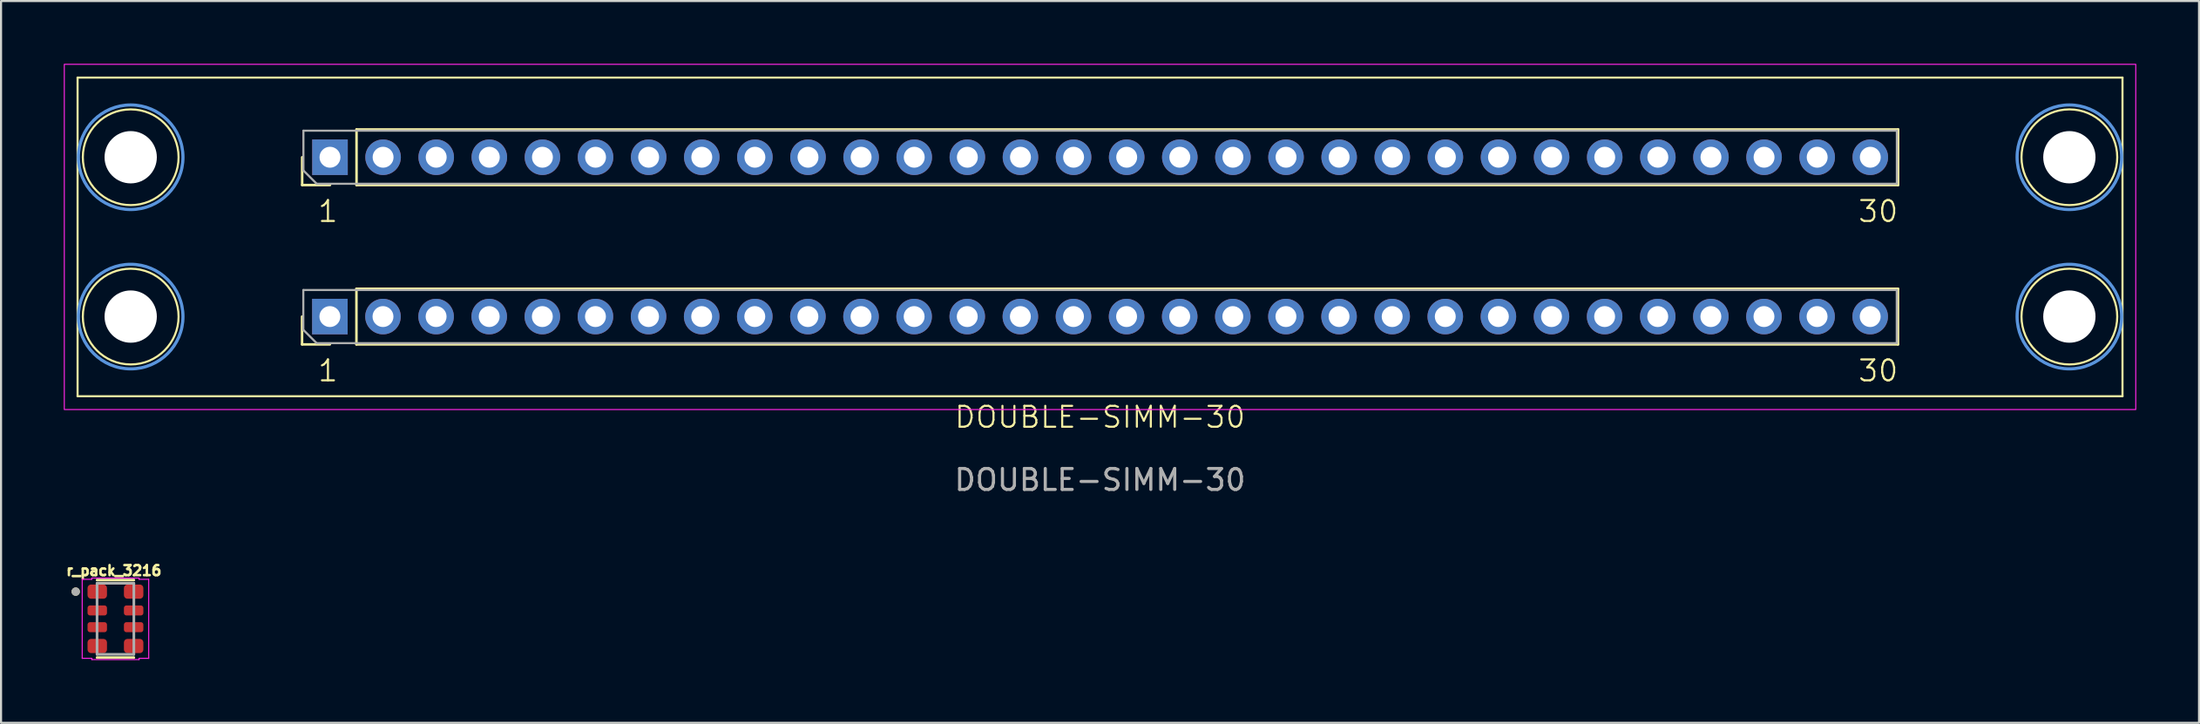
<source format=kicad_pcb>
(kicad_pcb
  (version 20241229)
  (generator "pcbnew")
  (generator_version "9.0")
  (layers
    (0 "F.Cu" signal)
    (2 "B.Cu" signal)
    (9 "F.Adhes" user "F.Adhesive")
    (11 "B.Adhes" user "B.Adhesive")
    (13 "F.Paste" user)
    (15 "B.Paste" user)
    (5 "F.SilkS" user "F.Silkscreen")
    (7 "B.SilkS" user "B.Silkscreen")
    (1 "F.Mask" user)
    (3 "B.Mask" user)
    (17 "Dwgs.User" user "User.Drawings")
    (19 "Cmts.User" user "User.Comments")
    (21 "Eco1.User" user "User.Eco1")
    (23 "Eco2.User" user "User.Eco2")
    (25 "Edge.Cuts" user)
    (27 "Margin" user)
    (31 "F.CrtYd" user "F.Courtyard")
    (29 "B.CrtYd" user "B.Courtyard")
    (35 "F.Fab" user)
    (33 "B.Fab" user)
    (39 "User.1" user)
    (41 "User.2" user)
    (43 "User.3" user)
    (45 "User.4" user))
  (footprint "r_pack_3216"
    (layer "F.Cu")
    (at 2.471 26.544)
    (property "Reference" "r_pack_3216" (at -0.076 -2.305 0) (layer "F.SilkS") (effects (font (size 0.48 0.48) (thickness 0.15))))
    (attr smd)
    (fp_line (start -0.88 -1.854) (end 0.88 -1.854) (stroke (width 0.127) (type solid)) (layer "F.SilkS"))
    (fp_line (start -0.88 1.854) (end 0.88 1.854) (stroke (width 0.127) (type solid)) (layer "F.SilkS"))
    (fp_circle (center -1.9 -1.3) (end -1.8 -1.3) (stroke (width 0.2) (type solid)) (fill no) (layer "F.SilkS"))
    (fp_line (start -1.59 -1.89) (end -1.13 -1.89) (stroke (width 0.05) (type solid)) (layer "F.CrtYd"))
    (fp_line (start -1.59 1.89) (end -1.59 -1.89) (stroke (width 0.05) (type solid)) (layer "F.CrtYd"))
    (fp_line (start -1.13 -1.95) (end 1.13 -1.95) (stroke (width 0.05) (type solid)) (layer "F.CrtYd"))
    (fp_line (start -1.13 -1.89) (end -1.13 -1.95) (stroke (width 0.05) (type solid)) (layer "F.CrtYd"))
    (fp_line (start -1.13 1.89) (end -1.59 1.89) (stroke (width 0.05) (type solid)) (layer "F.CrtYd"))
    (fp_line (start -1.13 1.95) (end -1.13 1.89) (stroke (width 0.05) (type solid)) (layer "F.CrtYd"))
    (fp_line (start 1.13 -1.95) (end 1.13 -1.89) (stroke (width 0.05) (type solid)) (layer "F.CrtYd"))
    (fp_line (start 1.13 -1.89) (end 1.59 -1.89) (stroke (width 0.05) (type solid)) (layer "F.CrtYd"))
    (fp_line (start 1.13 1.89) (end 1.13 1.95) (stroke (width 0.05) (type solid)) (layer "F.CrtYd"))
    (fp_line (start 1.13 1.95) (end -1.13 1.95) (stroke (width 0.05) (type solid)) (layer "F.CrtYd"))
    (fp_line (start 1.59 -1.89) (end 1.59 1.89) (stroke (width 0.05) (type solid)) (layer "F.CrtYd"))
    (fp_line (start 1.59 1.89) (end 1.13 1.89) (stroke (width 0.05) (type solid)) (layer "F.CrtYd"))
    (fp_line (start -0.88 -1.7) (end 0.88 -1.7) (stroke (width 0.127) (type solid)) (layer "F.Fab"))
    (fp_line (start -0.88 1.7) (end -0.88 -1.7) (stroke (width 0.127) (type solid)) (layer "F.Fab"))
    (fp_line (start 0.88 -1.7) (end 0.88 1.7) (stroke (width 0.127) (type solid)) (layer "F.Fab"))
    (fp_line (start 0.88 1.7) (end -0.88 1.7) (stroke (width 0.127) (type solid)) (layer "F.Fab"))
    (fp_circle (center -1.9 -1.3) (end -1.8 -1.3) (stroke (width 0.2) (type solid)) (fill no) (layer "F.Fab"))
    (pad "1" smd roundrect (at -0.87 -1.3) (size 0.93 0.68) (layers "F.Cu" "F.Mask" "F.Paste") (roundrect_rratio 0.25))
    (pad "2" smd roundrect (at -0.87 -0.4) (size 0.93 0.48) (layers "F.Cu" "F.Mask" "F.Paste") (roundrect_rratio 0.25))
    (pad "3" smd roundrect (at -0.87 0.4) (size 0.93 0.48) (layers "F.Cu" "F.Mask" "F.Paste") (roundrect_rratio 0.25))
    (pad "4" smd roundrect (at -0.87 1.3) (size 0.93 0.68) (layers "F.Cu" "F.Mask" "F.Paste") (roundrect_rratio 0.25))
    (pad "5" smd roundrect (at 0.87 1.3) (size 0.93 0.68) (layers "F.Cu" "F.Mask" "F.Paste") (roundrect_rratio 0.25))
    (pad "6" smd roundrect (at 0.87 0.4) (size 0.93 0.48) (layers "F.Cu" "F.Mask" "F.Paste") (roundrect_rratio 0.25))
    (pad "7" smd roundrect (at 0.87 -0.4) (size 0.93 0.48) (layers "F.Cu" "F.Mask" "F.Paste") (roundrect_rratio 0.25))
    (pad "8" smd roundrect (at 0.87 -1.3) (size 0.93 0.68) (layers "F.Cu" "F.Mask" "F.Paste") (roundrect_rratio 0.25)))
  (footprint "DOUBLE-SIMM-30"
    (layer "F.Cu")
    (at 49.555 15.9)
    (property "Reference" "DOUBLE-SIMM-30" (at 0 1 0) (unlocked yes) (layer "F.SilkS") (effects (font (size 1 1) (thickness 0.1))))
    (attr through_hole)
    (fp_line (start -48.895 -15.24) (end -48.895 0) (stroke (width 0.1) (type default)) (layer "F.SilkS"))
    (fp_line (start -48.895 0) (end 48.895 0) (stroke (width 0.1) (type default)) (layer "F.SilkS"))
    (fp_line (start -38.16 -2.48) (end -38.16 -3.81) (stroke (width 0.12) (type solid)) (layer "F.SilkS"))
    (fp_line (start -38.155 -10.1) (end -38.155 -11.43) (stroke (width 0.12) (type solid)) (layer "F.SilkS"))
    (fp_line (start -36.83 -2.48) (end -38.16 -2.48) (stroke (width 0.12) (type solid)) (layer "F.SilkS"))
    (fp_line (start -36.825 -10.1) (end -38.155 -10.1) (stroke (width 0.12) (type solid)) (layer "F.SilkS"))
    (fp_line (start -35.56 -5.14) (end 38.16 -5.14) (stroke (width 0.12) (type solid)) (layer "F.SilkS"))
    (fp_line (start -35.56 -2.48) (end -35.56 -5.14) (stroke (width 0.12) (type solid)) (layer "F.SilkS"))
    (fp_line (start -35.56 -2.48) (end 38.16 -2.48) (stroke (width 0.12) (type solid)) (layer "F.SilkS"))
    (fp_line (start -35.555 -12.76) (end 38.165 -12.76) (stroke (width 0.12) (type solid)) (layer "F.SilkS"))
    (fp_line (start -35.555 -10.1) (end -35.555 -12.76) (stroke (width 0.12) (type solid)) (layer "F.SilkS"))
    (fp_line (start -35.555 -10.1) (end 38.165 -10.1) (stroke (width 0.12) (type solid)) (layer "F.SilkS"))
    (fp_line (start 38.16 -2.48) (end 38.16 -5.14) (stroke (width 0.12) (type solid)) (layer "F.SilkS"))
    (fp_line (start 38.165 -10.1) (end 38.165 -12.76) (stroke (width 0.12) (type solid)) (layer "F.SilkS"))
    (fp_line (start 48.895 -15.24) (end -48.895 -15.24) (stroke (width 0.1) (type default)) (layer "F.SilkS"))
    (fp_line (start 48.895 0) (end 48.895 -15.24) (stroke (width 0.1) (type default)) (layer "F.SilkS"))
    (fp_circle (center -46.355 -11.43) (end -45.085 -9.525) (stroke (width 0.1) (type default)) (fill no) (layer "F.SilkS"))
    (fp_circle (center -46.355 -3.81) (end -45.085 -1.905) (stroke (width 0.1) (type default)) (fill no) (layer "F.SilkS"))
    (fp_circle (center 46.355 -11.43) (end 48.26 -10.16) (stroke (width 0.1) (type default)) (fill no) (layer "F.SilkS"))
    (fp_circle (center 46.355 -3.81) (end 47.625 -1.905) (stroke (width 0.1) (type default)) (fill no) (layer "F.SilkS"))
    (fp_circle (center -46.355 -11.43) (end -43.855 -11.43) (stroke (width 0.15) (type solid)) (fill no) (layer "Cmts.User"))
    (fp_circle (center -46.355 -3.81) (end -43.855 -3.81) (stroke (width 0.15) (type solid)) (fill no) (layer "Cmts.User"))
    (fp_circle (center 46.355 -11.43) (end 48.855 -11.43) (stroke (width 0.15) (type solid)) (fill no) (layer "Cmts.User"))
    (fp_circle (center 46.355 -3.81) (end 48.855 -3.81) (stroke (width 0.15) (type solid)) (fill no) (layer "Cmts.User"))
    (fp_rect (start -49.53 -15.875) (end 49.53 0.635) (stroke (width 0.05) (type default)) (fill no) (layer "F.CrtYd"))
    (fp_line (start -38.1 -5.08) (end 38.1 -5.08) (stroke (width 0.1) (type solid)) (layer "F.Fab"))
    (fp_line (start -38.1 -3.175) (end -38.1 -5.08) (stroke (width 0.1) (type solid)) (layer "F.Fab"))
    (fp_line (start -38.095 -12.7) (end 38.105 -12.7) (stroke (width 0.1) (type solid)) (layer "F.Fab"))
    (fp_line (start -38.095 -10.795) (end -38.095 -12.7) (stroke (width 0.1) (type solid)) (layer "F.Fab"))
    (fp_line (start -37.465 -2.54) (end -38.1 -3.175) (stroke (width 0.1) (type solid)) (layer "F.Fab"))
    (fp_line (start -37.46 -10.16) (end -38.095 -10.795) (stroke (width 0.1) (type solid)) (layer "F.Fab"))
    (fp_line (start 38.1 -5.08) (end 38.1 -2.54) (stroke (width 0.1) (type solid)) (layer "F.Fab"))
    (fp_line (start 38.1 -2.54) (end -37.465 -2.54) (stroke (width 0.1) (type solid)) (layer "F.Fab"))
    (fp_line (start 38.105 -12.7) (end 38.105 -10.16) (stroke (width 0.1) (type solid)) (layer "F.Fab"))
    (fp_line (start 38.105 -10.16) (end -37.46 -10.16) (stroke (width 0.1) (type solid)) (layer "F.Fab"))
    (fp_text user "1" (at -37.465 -8.255 0) (unlocked yes) (layer "F.SilkS") (effects (font (size 1 1) (thickness 0.1)) (justify left bottom)))
    (fp_text user "30" (at 36.195 -8.255 0) (unlocked yes) (layer "F.SilkS") (effects (font (size 1 1) (thickness 0.1)) (justify left bottom)))
    (fp_text user "1" (at -37.465 -0.635 0) (unlocked yes) (layer "F.SilkS") (effects (font (size 1 1) (thickness 0.1)) (justify left bottom)))
    (fp_text user "30" (at 36.195 -0.635 0) (unlocked yes) (layer "F.SilkS") (effects (font (size 1 1) (thickness 0.1)) (justify left bottom)))
    (fp_text user "${REFERENCE}" (at 0 4 0) (unlocked yes) (layer "F.Fab") (effects (font (size 1 1) (thickness 0.15))))
    (pad "" np_thru_hole circle (at -46.355 -11.43) (size 2.5 2.5) (drill 2.5) (layers "*.Cu" "*.Mask"))
    (pad "" np_thru_hole circle (at -46.355 -3.81) (size 2.5 2.5) (drill 2.5) (layers "*.Cu" "*.Mask"))
    (pad "" np_thru_hole circle (at 46.355 -11.43) (size 2.5 2.5) (drill 2.5) (layers "*.Cu" "*.Mask"))
    (pad "" np_thru_hole circle (at 46.355 -3.81) (size 2.5 2.5) (drill 2.5) (layers "*.Cu" "*.Mask"))
    (pad "1A" thru_hole rect (at -36.83 -3.81 90) (size 1.7 1.7) (drill 1) (layers "*.Cu" "*.Mask"))
    (pad "1B" thru_hole rect (at -36.825 -11.43 90) (size 1.7 1.7) (drill 1) (layers "*.Cu" "*.Mask"))
    (pad "2A" thru_hole oval (at -34.29 -3.81 90) (size 1.7 1.7) (drill 1) (layers "*.Cu" "*.Mask"))
    (pad "2B" thru_hole oval (at -34.285 -11.43 90) (size 1.7 1.7) (drill 1) (layers "*.Cu" "*.Mask"))
    (pad "3A" thru_hole oval (at -31.75 -3.81 90) (size 1.7 1.7) (drill 1) (layers "*.Cu" "*.Mask"))
    (pad "3B" thru_hole oval (at -31.745 -11.43 90) (size 1.7 1.7) (drill 1) (layers "*.Cu" "*.Mask"))
    (pad "4A" thru_hole oval (at -29.21 -3.81 90) (size 1.7 1.7) (drill 1) (layers "*.Cu" "*.Mask"))
    (pad "4B" thru_hole oval (at -29.205 -11.43 90) (size 1.7 1.7) (drill 1) (layers "*.Cu" "*.Mask"))
    (pad "5A" thru_hole oval (at -26.67 -3.81 90) (size 1.7 1.7) (drill 1) (layers "*.Cu" "*.Mask"))
    (pad "5B" thru_hole oval (at -26.665 -11.43 90) (size 1.7 1.7) (drill 1) (layers "*.Cu" "*.Mask"))
    (pad "6A" thru_hole oval (at -24.13 -3.81 90) (size 1.7 1.7) (drill 1) (layers "*.Cu" "*.Mask"))
    (pad "6B" thru_hole oval (at -24.125 -11.43 90) (size 1.7 1.7) (drill 1) (layers "*.Cu" "*.Mask"))
    (pad "7A" thru_hole oval (at -21.59 -3.81 90) (size 1.7 1.7) (drill 1) (layers "*.Cu" "*.Mask"))
    (pad "7B" thru_hole oval (at -21.585 -11.43 90) (size 1.7 1.7) (drill 1) (layers "*.Cu" "*.Mask"))
    (pad "8A" thru_hole oval (at -19.05 -3.81 90) (size 1.7 1.7) (drill 1) (layers "*.Cu" "*.Mask"))
    (pad "8B" thru_hole oval (at -19.045 -11.43 90) (size 1.7 1.7) (drill 1) (layers "*.Cu" "*.Mask"))
    (pad "9A" thru_hole oval (at -16.51 -3.81 90) (size 1.7 1.7) (drill 1) (layers "*.Cu" "*.Mask"))
    (pad "9B" thru_hole oval (at -16.505 -11.43 90) (size 1.7 1.7) (drill 1) (layers "*.Cu" "*.Mask"))
    (pad "10A" thru_hole oval (at -13.97 -3.81 90) (size 1.7 1.7) (drill 1) (layers "*.Cu" "*.Mask"))
    (pad "10B" thru_hole oval (at -13.965 -11.43 90) (size 1.7 1.7) (drill 1) (layers "*.Cu" "*.Mask"))
    (pad "11A" thru_hole oval (at -11.43 -3.81 90) (size 1.7 1.7) (drill 1) (layers "*.Cu" "*.Mask"))
    (pad "11B" thru_hole oval (at -11.425 -11.43 90) (size 1.7 1.7) (drill 1) (layers "*.Cu" "*.Mask"))
    (pad "12A" thru_hole oval (at -8.89 -3.81 90) (size 1.7 1.7) (drill 1) (layers "*.Cu" "*.Mask"))
    (pad "12B" thru_hole oval (at -8.885 -11.43 90) (size 1.7 1.7) (drill 1) (layers "*.Cu" "*.Mask"))
    (pad "13A" thru_hole oval (at -6.35 -3.81 90) (size 1.7 1.7) (drill 1) (layers "*.Cu" "*.Mask"))
    (pad "13B" thru_hole oval (at -6.345 -11.43 90) (size 1.7 1.7) (drill 1) (layers "*.Cu" "*.Mask"))
    (pad "14A" thru_hole oval (at -3.81 -3.81 90) (size 1.7 1.7) (drill 1) (layers "*.Cu" "*.Mask"))
    (pad "14B" thru_hole oval (at -3.805 -11.43 90) (size 1.7 1.7) (drill 1) (layers "*.Cu" "*.Mask"))
    (pad "15A" thru_hole oval (at -1.27 -3.81 90) (size 1.7 1.7) (drill 1) (layers "*.Cu" "*.Mask"))
    (pad "15B" thru_hole oval (at -1.265 -11.43 90) (size 1.7 1.7) (drill 1) (layers "*.Cu" "*.Mask"))
    (pad "16A" thru_hole oval (at 1.27 -3.81 90) (size 1.7 1.7) (drill 1) (layers "*.Cu" "*.Mask"))
    (pad "16B" thru_hole oval (at 1.275 -11.43 90) (size 1.7 1.7) (drill 1) (layers "*.Cu" "*.Mask"))
    (pad "17A" thru_hole oval (at 3.81 -3.81 90) (size 1.7 1.7) (drill 1) (layers "*.Cu" "*.Mask"))
    (pad "17B" thru_hole oval (at 3.815 -11.43 90) (size 1.7 1.7) (drill 1) (layers "*.Cu" "*.Mask"))
    (pad "18A" thru_hole oval (at 6.35 -3.81 90) (size 1.7 1.7) (drill 1) (layers "*.Cu" "*.Mask"))
    (pad "18B" thru_hole oval (at 6.355 -11.43 90) (size 1.7 1.7) (drill 1) (layers "*.Cu" "*.Mask"))
    (pad "19A" thru_hole oval (at 8.89 -3.81 90) (size 1.7 1.7) (drill 1) (layers "*.Cu" "*.Mask"))
    (pad "19B" thru_hole oval (at 8.895 -11.43 90) (size 1.7 1.7) (drill 1) (layers "*.Cu" "*.Mask"))
    (pad "20A" thru_hole oval (at 11.43 -3.81 90) (size 1.7 1.7) (drill 1) (layers "*.Cu" "*.Mask"))
    (pad "20B" thru_hole oval (at 11.435 -11.43 90) (size 1.7 1.7) (drill 1) (layers "*.Cu" "*.Mask"))
    (pad "21A" thru_hole oval (at 13.97 -3.81 90) (size 1.7 1.7) (drill 1) (layers "*.Cu" "*.Mask"))
    (pad "21B" thru_hole oval (at 13.975 -11.43 90) (size 1.7 1.7) (drill 1) (layers "*.Cu" "*.Mask"))
    (pad "22A" thru_hole oval (at 16.51 -3.81 90) (size 1.7 1.7) (drill 1) (layers "*.Cu" "*.Mask"))
    (pad "22B" thru_hole oval (at 16.515 -11.43 90) (size 1.7 1.7) (drill 1) (layers "*.Cu" "*.Mask"))
    (pad "23A" thru_hole oval (at 19.05 -3.81 90) (size 1.7 1.7) (drill 1) (layers "*.Cu" "*.Mask"))
    (pad "23B" thru_hole oval (at 19.055 -11.43 90) (size 1.7 1.7) (drill 1) (layers "*.Cu" "*.Mask"))
    (pad "24A" thru_hole oval (at 21.59 -3.81 90) (size 1.7 1.7) (drill 1) (layers "*.Cu" "*.Mask"))
    (pad "24B" thru_hole oval (at 21.595 -11.43 90) (size 1.7 1.7) (drill 1) (layers "*.Cu" "*.Mask"))
    (pad "25A" thru_hole oval (at 24.13 -3.81 90) (size 1.7 1.7) (drill 1) (layers "*.Cu" "*.Mask"))
    (pad "25B" thru_hole oval (at 24.135 -11.43 90) (size 1.7 1.7) (drill 1) (layers "*.Cu" "*.Mask"))
    (pad "26A" thru_hole oval (at 26.67 -3.81 90) (size 1.7 1.7) (drill 1) (layers "*.Cu" "*.Mask"))
    (pad "26B" thru_hole oval (at 26.675 -11.43 90) (size 1.7 1.7) (drill 1) (layers "*.Cu" "*.Mask"))
    (pad "27A" thru_hole oval (at 29.21 -3.81 90) (size 1.7 1.7) (drill 1) (layers "*.Cu" "*.Mask"))
    (pad "27B" thru_hole oval (at 29.215 -11.43 90) (size 1.7 1.7) (drill 1) (layers "*.Cu" "*.Mask"))
    (pad "28A" thru_hole oval (at 31.75 -3.81 90) (size 1.7 1.7) (drill 1) (layers "*.Cu" "*.Mask"))
    (pad "28B" thru_hole oval (at 31.755 -11.43 90) (size 1.7 1.7) (drill 1) (layers "*.Cu" "*.Mask"))
    (pad "29A" thru_hole oval (at 34.29 -3.81 90) (size 1.7 1.7) (drill 1) (layers "*.Cu" "*.Mask"))
    (pad "29B" thru_hole oval (at 34.295 -11.43 90) (size 1.7 1.7) (drill 1) (layers "*.Cu" "*.Mask"))
    (pad "30A" thru_hole oval (at 36.83 -3.81 90) (size 1.7 1.7) (drill 1) (layers "*.Cu" "*.Mask"))
    (pad "30B" thru_hole oval (at 36.835 -11.43 90) (size 1.7 1.7) (drill 1) (layers "*.Cu" "*.Mask")))
  (gr_rect
    (start -3 -3)
    (end 102.11 31.519)
    (stroke (width 0.1) (type default))
    (fill no)
    (layer "Edge.Cuts")))
</source>
